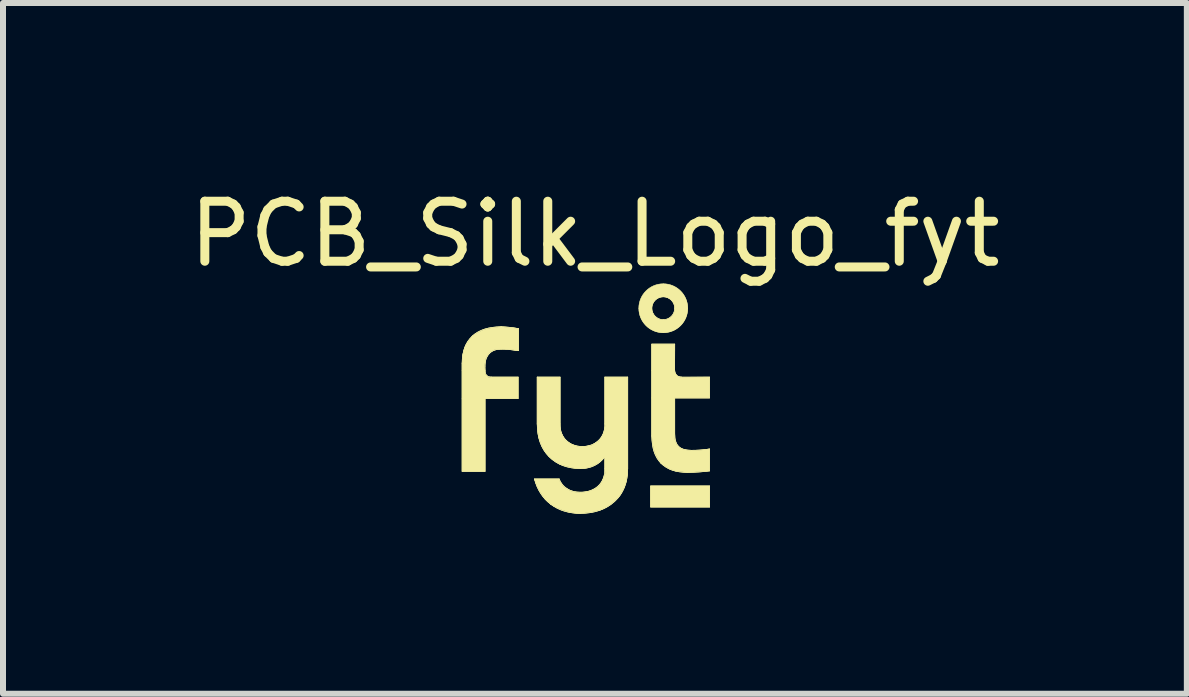
<source format=kicad_pcb>
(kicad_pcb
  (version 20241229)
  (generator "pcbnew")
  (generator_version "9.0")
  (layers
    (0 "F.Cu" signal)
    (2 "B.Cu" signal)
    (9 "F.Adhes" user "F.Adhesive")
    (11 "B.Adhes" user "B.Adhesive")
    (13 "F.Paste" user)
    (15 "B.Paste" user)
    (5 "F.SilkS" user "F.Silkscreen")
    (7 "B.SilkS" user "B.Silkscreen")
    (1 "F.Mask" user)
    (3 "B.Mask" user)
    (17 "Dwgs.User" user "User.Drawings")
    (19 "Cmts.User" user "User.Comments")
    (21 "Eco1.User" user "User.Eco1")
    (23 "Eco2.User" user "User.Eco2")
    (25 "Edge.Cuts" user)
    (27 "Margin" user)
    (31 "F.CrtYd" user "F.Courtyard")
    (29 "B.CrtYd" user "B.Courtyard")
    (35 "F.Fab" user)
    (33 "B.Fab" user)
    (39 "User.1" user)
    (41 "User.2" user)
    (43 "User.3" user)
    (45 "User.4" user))
  (footprint "PCB_Silk_Logo_fyt"
    (layer "F.Cu")
    (at 6.693 3.798)
    (property "Reference" "PCB_Silk_Logo_fyt" (at 0.17 -2.95 0) (unlocked yes) (layer "F.SilkS") (effects (font (size 1 1) (thickness 0.15))))
    (attr exclude_from_pos_files exclude_from_bom)
    (fp_line (start 1.1 1.25) (end 2.081 1.25) (stroke (width 0.01) (type solid)) (layer "F.SilkS"))
    (fp_line (start 1.1 1.25) (end 2.081 1.25) (stroke (width 0.01) (type solid)) (layer "F.SilkS"))
    (fp_line (start 1.1 1.6) (end 1.1 1.25) (stroke (width 0.01) (type solid)) (layer "F.SilkS"))
    (fp_line (start 1.1 1.6) (end 1.1 1.25) (stroke (width 0.01) (type solid)) (layer "F.SilkS"))
    (fp_line (start 2.081 1.25) (end 2.081 1.6) (stroke (width 0.01) (type solid)) (layer "F.SilkS"))
    (fp_line (start 2.081 1.25) (end 2.081 1.6) (stroke (width 0.01) (type solid)) (layer "F.SilkS"))
    (fp_line (start 2.081 1.6) (end 1.1 1.6) (stroke (width 0.01) (type solid)) (layer "F.SilkS"))
    (fp_line (start 2.081 1.6) (end 1.1 1.6) (stroke (width 0.01) (type solid)) (layer "F.SilkS"))
    (fp_arc (start 1.612314 -0.564855) (mid 1.533118 -0.597659) (end 1.500314 -0.676855) (stroke (width 0.01) (type solid)) (layer "F.SilkS"))
    (fp_circle (center 1.31 -1.71) (end 1.61 -1.71) (stroke (width 0.22) (type solid)) (fill no) (layer "F.SilkS"))
    (fp_poly (pts (xy 2.081 1.6) (xy 1.1 1.6) (xy 1.1 1.25) (xy 2.081 1.25)) (stroke (width 0.01) (type solid)) (fill yes) (layer "F.SilkS"))
    (fp_poly (pts (xy -1.25 -1.39) (xy -1.103 -1.373) (xy -1.103 -1.004) (xy -1.2 -1.02) (xy -1.28 -1.03) (xy -1.381 -1.031) (xy -1.45 -1.03) (xy -1.5 -1.02) (xy -1.56 -0.99) (xy -1.61 -0.94) (xy -1.65 -0.87) (xy -1.67 -0.75) (xy -1.661 -0.678) (xy -1.66 -0.62) (xy -1.64 -0.59) (xy -1.6 -0.562) (xy -1.549 -0.565) (xy -1.11 -0.565) (xy -1.11 -0.208) (xy -1.661 -0.208) (xy -1.661 1.005) (xy -2.043 1.005) (xy -2.043 -0.794) (xy -2.036 -0.87) (xy -2.03 -0.94) (xy -2.01 -1.02) (xy -1.99 -1.08) (xy -1.95 -1.151) (xy -1.873 -1.248) (xy -1.82 -1.286) (xy -1.76 -1.32) (xy -1.67 -1.36) (xy -1.53 -1.39) (xy -1.393 -1.403)) (stroke (width 0.01) (type solid)) (fill yes) (layer "F.SilkS"))
    (fp_poly (pts (xy 1.499 -0.678) (xy 1.503 -0.633) (xy 1.537 -0.586) (xy 1.56 -0.569) (xy 1.6 -0.56) (xy 2.079 -0.565) (xy 2.079 -0.217) (xy 1.5 -0.217) (xy 1.5 0.38) (xy 1.5 0.41) (xy 1.5 0.47) (xy 1.52 0.53) (xy 1.54 0.57) (xy 1.58 0.61) (xy 1.64 0.64) (xy 1.69 0.65) (xy 1.76 0.66) (xy 1.85 0.66) (xy 1.97 0.65) (xy 2.079 0.633) (xy 2.079 0.999) (xy 1.9 1.012) (xy 1.707 1.024) (xy 1.6 1.01) (xy 1.51 1) (xy 1.42 0.97) (xy 1.37 0.94) (xy 1.32 0.91) (xy 1.271 0.871) (xy 1.24 0.83) (xy 1.209 0.78) (xy 1.177 0.72) (xy 1.15 0.64) (xy 1.13 0.54) (xy 1.118 0.417) (xy 1.118 -1.114) (xy 1.5 -1.114)) (stroke (width 0.01) (type solid)) (fill yes) (layer "F.SilkS"))
    (fp_poly (pts (xy -0.411 0.216) (xy -0.41 0.28) (xy -0.4 0.34) (xy -0.37 0.41) (xy -0.34 0.46) (xy -0.29 0.51) (xy -0.23 0.55) (xy -0.18 0.57) (xy -0.12 0.59) (xy -0.06 0.594) (xy 0.02 0.59) (xy 0.12 0.57) (xy 0.23 0.5) (xy 0.27 0.45) (xy 0.3 0.4) (xy 0.32 0.35) (xy 0.33 0.31) (xy 0.34 0.25) (xy 0.336 0.216) (xy 0.336 -0.565) (xy 0.717 -0.565) (xy 0.717 0.96) (xy 0.71 1.06) (xy 0.7 1.12) (xy 0.69 1.18) (xy 0.66 1.27) (xy 0.61 1.37) (xy 0.57 1.43) (xy 0.5 1.5) (xy 0.43 1.56) (xy 0.35 1.61) (xy 0.26 1.65) (xy 0.18 1.67) (xy 0.1 1.69) (xy -0.002 1.7) (xy -0.09 1.707) (xy -0.17 1.7) (xy -0.24 1.69) (xy -0.31 1.67) (xy -0.38 1.65) (xy -0.449 1.62) (xy -0.51 1.59) (xy -0.566 1.554) (xy -0.65 1.48) (xy -0.697 1.42) (xy -0.73 1.37) (xy -0.76 1.32) (xy -0.79 1.26) (xy -0.81 1.21) (xy -0.838 1.133) (xy -0.426 1.133) (xy -0.41 1.181) (xy -0.38 1.22) (xy -0.36 1.25) (xy -0.31 1.29) (xy -0.24 1.33) (xy -0.17 1.35) (xy -0.08 1.36) (xy 0.01 1.35) (xy 0.06 1.34) (xy 0.1 1.33) (xy 0.14 1.31) (xy 0.18 1.29) (xy 0.21 1.269) (xy 0.25 1.23) (xy 0.28 1.19) (xy 0.3 1.15) (xy 0.32 1.1) (xy 0.34 1.04) (xy 0.336 0.96) (xy 0.336 0.761) (xy 0.29 0.814) (xy 0.24 0.86) (xy 0.17 0.9) (xy 0.1 0.93) (xy 0.03 0.95) (xy -0.069 0.96) (xy -0.18 0.95) (xy -0.23 0.941) (xy -0.32 0.92) (xy -0.41 0.89) (xy -0.48 0.85) (xy -0.538 0.81) (xy -0.594 0.761) (xy -0.625 0.724) (xy -0.66 0.68) (xy -0.69 0.63) (xy -0.72 0.57) (xy -0.75 0.49) (xy -0.77 0.42) (xy -0.78 0.34) (xy -0.792 0.216) (xy -0.792 -0.565) (xy -0.411 -0.565)) (stroke (width 0.01) (type solid)) (fill yes) (layer "F.SilkS"))
    (fp_curve (pts (xy -2.043 -0.794) (xy -2.043 -0.993) (xy -1.986 -1.144) (xy -1.873 -1.248)) (stroke (width 0.01) (type solid)) (layer "F.SilkS"))
    (fp_curve (pts (xy -2.043 -0.794) (xy -2.043 -0.993) (xy -1.986 -1.144) (xy -1.873 -1.248)) (stroke (width 0.01) (type solid)) (layer "F.SilkS"))
    (fp_curve (pts (xy -2.043 -0.678) (xy -2.043 -0.678) (xy -2.043 -0.794) (xy -2.043 -0.794)) (stroke (width 0.01) (type solid)) (layer "F.SilkS"))
    (fp_curve (pts (xy -2.043 -0.678) (xy -2.043 -0.678) (xy -2.043 -0.794) (xy -2.043 -0.794)) (stroke (width 0.01) (type solid)) (layer "F.SilkS"))
    (fp_curve (pts (xy -2.043 -0.208) (xy -2.043 -0.209) (xy -2.043 -0.678) (xy -2.043 -0.678)) (stroke (width 0.01) (type solid)) (layer "F.SilkS"))
    (fp_curve (pts (xy -2.043 -0.208) (xy -2.043 -0.209) (xy -2.043 -0.678) (xy -2.043 -0.678)) (stroke (width 0.01) (type solid)) (layer "F.SilkS"))
    (fp_curve (pts (xy -2.043 1.005) (xy -2.043 1.005) (xy -2.043 -0.208) (xy -2.043 -0.208)) (stroke (width 0.01) (type solid)) (layer "F.SilkS"))
    (fp_curve (pts (xy -2.043 1.005) (xy -2.043 1.005) (xy -2.043 -0.208) (xy -2.043 -0.208)) (stroke (width 0.01) (type solid)) (layer "F.SilkS"))
    (fp_curve (pts (xy -1.873 -1.248) (xy -1.761 -1.352) (xy -1.6 -1.403) (xy -1.393 -1.403)) (stroke (width 0.01) (type solid)) (layer "F.SilkS"))
    (fp_curve (pts (xy -1.873 -1.248) (xy -1.761 -1.352) (xy -1.6 -1.403) (xy -1.393 -1.403)) (stroke (width 0.01) (type solid)) (layer "F.SilkS"))
    (fp_curve (pts (xy -1.661 -0.748) (xy -1.661 -0.748) (xy -1.661 -0.678) (xy -1.661 -0.678)) (stroke (width 0.01) (type solid)) (layer "F.SilkS"))
    (fp_curve (pts (xy -1.661 -0.748) (xy -1.661 -0.748) (xy -1.661 -0.678) (xy -1.661 -0.678)) (stroke (width 0.01) (type solid)) (layer "F.SilkS"))
    (fp_curve (pts (xy -1.661 -0.208) (xy -1.661 -0.208) (xy -1.661 1.005) (xy -1.661 1.005)) (stroke (width 0.01) (type solid)) (layer "F.SilkS"))
    (fp_curve (pts (xy -1.661 -0.208) (xy -1.661 -0.208) (xy -1.661 1.005) (xy -1.661 1.005)) (stroke (width 0.01) (type solid)) (layer "F.SilkS"))
    (fp_curve (pts (xy -1.661 1.005) (xy -1.661 1.005) (xy -2.043 1.005) (xy -2.043 1.005)) (stroke (width 0.01) (type solid)) (layer "F.SilkS"))
    (fp_curve (pts (xy -1.661 1.005) (xy -1.661 1.005) (xy -2.043 1.005) (xy -2.043 1.005)) (stroke (width 0.01) (type solid)) (layer "F.SilkS"))
    (fp_curve (pts (xy -1.661 -0.678) (xy -1.661 -0.602) (xy -1.624 -0.565) (xy -1.549 -0.565)) (stroke (width 0.01) (type solid)) (layer "F.SilkS"))
    (fp_curve (pts (xy -1.661 -0.678) (xy -1.661 -0.602) (xy -1.624 -0.565) (xy -1.549 -0.565)) (stroke (width 0.01) (type solid)) (layer "F.SilkS"))
    (fp_curve (pts (xy -1.591 -0.955) (xy -1.638 -0.904) (xy -1.661 -0.835) (xy -1.661 -0.748)) (stroke (width 0.01) (type solid)) (layer "F.SilkS"))
    (fp_curve (pts (xy -1.591 -0.955) (xy -1.638 -0.904) (xy -1.661 -0.835) (xy -1.661 -0.748)) (stroke (width 0.01) (type solid)) (layer "F.SilkS"))
    (fp_curve (pts (xy -1.549 -0.565) (xy -1.549 -0.565) (xy -1.11 -0.565) (xy -1.11 -0.565)) (stroke (width 0.01) (type solid)) (layer "F.SilkS"))
    (fp_curve (pts (xy -1.549 -0.565) (xy -1.549 -0.565) (xy -1.11 -0.565) (xy -1.11 -0.565)) (stroke (width 0.01) (type solid)) (layer "F.SilkS"))
    (fp_curve (pts (xy -1.393 -1.403) (xy -1.314 -1.403) (xy -1.217 -1.393) (xy -1.103 -1.373)) (stroke (width 0.01) (type solid)) (layer "F.SilkS"))
    (fp_curve (pts (xy -1.393 -1.403) (xy -1.314 -1.403) (xy -1.217 -1.393) (xy -1.103 -1.373)) (stroke (width 0.01) (type solid)) (layer "F.SilkS"))
    (fp_curve (pts (xy -1.381 -1.031) (xy -1.474 -1.031) (xy -1.545 -1.006) (xy -1.591 -0.955)) (stroke (width 0.01) (type solid)) (layer "F.SilkS"))
    (fp_curve (pts (xy -1.381 -1.031) (xy -1.474 -1.031) (xy -1.545 -1.006) (xy -1.591 -0.955)) (stroke (width 0.01) (type solid)) (layer "F.SilkS"))
    (fp_curve (pts (xy -1.11 -0.565) (xy -1.11 -0.565) (xy -1.11 -0.208) (xy -1.11 -0.208)) (stroke (width 0.01) (type solid)) (layer "F.SilkS"))
    (fp_curve (pts (xy -1.11 -0.565) (xy -1.11 -0.565) (xy -1.11 -0.208) (xy -1.11 -0.208)) (stroke (width 0.01) (type solid)) (layer "F.SilkS"))
    (fp_curve (pts (xy -1.11 -0.208) (xy -1.11 -0.208) (xy -1.661 -0.208) (xy -1.661 -0.208)) (stroke (width 0.01) (type solid)) (layer "F.SilkS"))
    (fp_curve (pts (xy -1.11 -0.208) (xy -1.11 -0.208) (xy -1.661 -0.208) (xy -1.661 -0.208)) (stroke (width 0.01) (type solid)) (layer "F.SilkS"))
    (fp_curve (pts (xy -1.103 -1.373) (xy -1.103 -1.373) (xy -1.103 -1.004) (xy -1.103 -1.004)) (stroke (width 0.01) (type solid)) (layer "F.SilkS"))
    (fp_curve (pts (xy -1.103 -1.373) (xy -1.103 -1.373) (xy -1.103 -1.004) (xy -1.103 -1.004)) (stroke (width 0.01) (type solid)) (layer "F.SilkS"))
    (fp_curve (pts (xy -1.103 -1.004) (xy -1.225 -1.022) (xy -1.318 -1.031) (xy -1.381 -1.031)) (stroke (width 0.01) (type solid)) (layer "F.SilkS"))
    (fp_curve (pts (xy -1.103 -1.004) (xy -1.225 -1.022) (xy -1.318 -1.031) (xy -1.381 -1.031)) (stroke (width 0.01) (type solid)) (layer "F.SilkS"))
    (fp_curve (pts (xy -0.838 1.133) (xy -0.838 1.133) (xy -0.426 1.133) (xy -0.426 1.133)) (stroke (width 0.01) (type solid)) (layer "F.SilkS"))
    (fp_curve (pts (xy -0.838 1.133) (xy -0.838 1.133) (xy -0.426 1.133) (xy -0.426 1.133)) (stroke (width 0.01) (type solid)) (layer "F.SilkS"))
    (fp_curve (pts (xy -0.792 -0.565) (xy -0.792 -0.565) (xy -0.411 -0.565) (xy -0.411 -0.565)) (stroke (width 0.01) (type solid)) (layer "F.SilkS"))
    (fp_curve (pts (xy -0.792 -0.565) (xy -0.792 -0.565) (xy -0.411 -0.565) (xy -0.411 -0.565)) (stroke (width 0.01) (type solid)) (layer "F.SilkS"))
    (fp_curve (pts (xy -0.792 0.216) (xy -0.792 0.216) (xy -0.792 -0.565) (xy -0.792 -0.565)) (stroke (width 0.01) (type solid)) (layer "F.SilkS"))
    (fp_curve (pts (xy -0.792 0.216) (xy -0.792 0.216) (xy -0.792 -0.565) (xy -0.792 -0.565)) (stroke (width 0.01) (type solid)) (layer "F.SilkS"))
    (fp_curve (pts (xy -0.594 0.761) (xy -0.726 0.629) (xy -0.792 0.447) (xy -0.792 0.216)) (stroke (width 0.01) (type solid)) (layer "F.SilkS"))
    (fp_curve (pts (xy -0.594 0.761) (xy -0.726 0.629) (xy -0.792 0.447) (xy -0.792 0.216)) (stroke (width 0.01) (type solid)) (layer "F.SilkS"))
    (fp_curve (pts (xy -0.566 1.554) (xy -0.701 1.453) (xy -0.791 1.312) (xy -0.838 1.133)) (stroke (width 0.01) (type solid)) (layer "F.SilkS"))
    (fp_curve (pts (xy -0.566 1.554) (xy -0.701 1.453) (xy -0.791 1.312) (xy -0.838 1.133)) (stroke (width 0.01) (type solid)) (layer "F.SilkS"))
    (fp_curve (pts (xy -0.426 1.133) (xy -0.4 1.201) (xy -0.356 1.254) (xy -0.295 1.294)) (stroke (width 0.01) (type solid)) (layer "F.SilkS"))
    (fp_curve (pts (xy -0.426 1.133) (xy -0.4 1.201) (xy -0.356 1.254) (xy -0.295 1.294)) (stroke (width 0.01) (type solid)) (layer "F.SilkS"))
    (fp_curve (pts (xy -0.411 -0.565) (xy -0.411 -0.565) (xy -0.411 0.216) (xy -0.411 0.216)) (stroke (width 0.01) (type solid)) (layer "F.SilkS"))
    (fp_curve (pts (xy -0.411 -0.565) (xy -0.411 -0.565) (xy -0.411 0.216) (xy -0.411 0.216)) (stroke (width 0.01) (type solid)) (layer "F.SilkS"))
    (fp_curve (pts (xy -0.411 0.216) (xy -0.411 0.334) (xy -0.376 0.426) (xy -0.306 0.492)) (stroke (width 0.01) (type solid)) (layer "F.SilkS"))
    (fp_curve (pts (xy -0.411 0.216) (xy -0.411 0.334) (xy -0.376 0.426) (xy -0.306 0.492)) (stroke (width 0.01) (type solid)) (layer "F.SilkS"))
    (fp_curve (pts (xy -0.306 0.492) (xy -0.236 0.558) (xy -0.147 0.591) (xy -0.039 0.591)) (stroke (width 0.01) (type solid)) (layer "F.SilkS"))
    (fp_curve (pts (xy -0.306 0.492) (xy -0.236 0.558) (xy -0.147 0.591) (xy -0.039 0.591)) (stroke (width 0.01) (type solid)) (layer "F.SilkS"))
    (fp_curve (pts (xy -0.295 1.294) (xy -0.234 1.333) (xy -0.16 1.353) (xy -0.072 1.353)) (stroke (width 0.01) (type solid)) (layer "F.SilkS"))
    (fp_curve (pts (xy -0.295 1.294) (xy -0.234 1.333) (xy -0.16 1.353) (xy -0.072 1.353)) (stroke (width 0.01) (type solid)) (layer "F.SilkS"))
    (fp_curve (pts (xy -0.072 1.353) (xy 0.051 1.353) (xy 0.151 1.318) (xy 0.225 1.249)) (stroke (width 0.01) (type solid)) (layer "F.SilkS"))
    (fp_curve (pts (xy -0.072 1.353) (xy 0.051 1.353) (xy 0.151 1.318) (xy 0.225 1.249)) (stroke (width 0.01) (type solid)) (layer "F.SilkS"))
    (fp_curve (pts (xy -0.072 1.707) (xy -0.268 1.707) (xy -0.432 1.656) (xy -0.566 1.554)) (stroke (width 0.01) (type solid)) (layer "F.SilkS"))
    (fp_curve (pts (xy -0.072 1.707) (xy -0.268 1.707) (xy -0.432 1.656) (xy -0.566 1.554)) (stroke (width 0.01) (type solid)) (layer "F.SilkS"))
    (fp_curve (pts (xy -0.069 0.96) (xy -0.287 0.96) (xy -0.462 0.894) (xy -0.594 0.761)) (stroke (width 0.01) (type solid)) (layer "F.SilkS"))
    (fp_curve (pts (xy -0.069 0.96) (xy -0.287 0.96) (xy -0.462 0.894) (xy -0.594 0.761)) (stroke (width 0.01) (type solid)) (layer "F.SilkS"))
    (fp_curve (pts (xy -0.039 0.591) (xy 0.069 0.591) (xy 0.158 0.558) (xy 0.229 0.492)) (stroke (width 0.01) (type solid)) (layer "F.SilkS"))
    (fp_curve (pts (xy -0.039 0.591) (xy 0.069 0.591) (xy 0.158 0.558) (xy 0.229 0.492)) (stroke (width 0.01) (type solid)) (layer "F.SilkS"))
    (fp_curve (pts (xy 0.225 1.249) (xy 0.299 1.18) (xy 0.336 1.084) (xy 0.336 0.96)) (stroke (width 0.01) (type solid)) (layer "F.SilkS"))
    (fp_curve (pts (xy 0.225 1.249) (xy 0.299 1.18) (xy 0.336 1.084) (xy 0.336 0.96)) (stroke (width 0.01) (type solid)) (layer "F.SilkS"))
    (fp_curve (pts (xy 0.229 0.492) (xy 0.301 0.426) (xy 0.336 0.334) (xy 0.336 0.216)) (stroke (width 0.01) (type solid)) (layer "F.SilkS"))
    (fp_curve (pts (xy 0.229 0.492) (xy 0.301 0.426) (xy 0.336 0.334) (xy 0.336 0.216)) (stroke (width 0.01) (type solid)) (layer "F.SilkS"))
    (fp_curve (pts (xy 0.336 -0.565) (xy 0.336 -0.565) (xy 0.717 -0.565) (xy 0.717 -0.565)) (stroke (width 0.01) (type solid)) (layer "F.SilkS"))
    (fp_curve (pts (xy 0.336 -0.565) (xy 0.336 -0.565) (xy 0.717 -0.565) (xy 0.717 -0.565)) (stroke (width 0.01) (type solid)) (layer "F.SilkS"))
    (fp_curve (pts (xy 0.336 0.216) (xy 0.336 0.216) (xy 0.336 -0.565) (xy 0.336 -0.565)) (stroke (width 0.01) (type solid)) (layer "F.SilkS"))
    (fp_curve (pts (xy 0.336 0.216) (xy 0.336 0.216) (xy 0.336 -0.565) (xy 0.336 -0.565)) (stroke (width 0.01) (type solid)) (layer "F.SilkS"))
    (fp_curve (pts (xy 0.336 0.761) (xy 0.239 0.894) (xy 0.103 0.96) (xy -0.069 0.96)) (stroke (width 0.01) (type solid)) (layer "F.SilkS"))
    (fp_curve (pts (xy 0.336 0.761) (xy 0.239 0.894) (xy 0.103 0.96) (xy -0.069 0.96)) (stroke (width 0.01) (type solid)) (layer "F.SilkS"))
    (fp_curve (pts (xy 0.336 0.96) (xy 0.336 0.96) (xy 0.336 0.761) (xy 0.336 0.761)) (stroke (width 0.01) (type solid)) (layer "F.SilkS"))
    (fp_curve (pts (xy 0.336 0.96) (xy 0.336 0.96) (xy 0.336 0.761) (xy 0.336 0.761)) (stroke (width 0.01) (type solid)) (layer "F.SilkS"))
    (fp_curve (pts (xy 0.499 1.507) (xy 0.354 1.64) (xy 0.163 1.707) (xy -0.072 1.707)) (stroke (width 0.01) (type solid)) (layer "F.SilkS"))
    (fp_curve (pts (xy 0.499 1.507) (xy 0.354 1.64) (xy 0.163 1.707) (xy -0.072 1.707)) (stroke (width 0.01) (type solid)) (layer "F.SilkS"))
    (fp_curve (pts (xy 0.717 -0.565) (xy 0.717 -0.565) (xy 0.717 0.96) (xy 0.717 0.96)) (stroke (width 0.01) (type solid)) (layer "F.SilkS"))
    (fp_curve (pts (xy 0.717 -0.565) (xy 0.717 -0.565) (xy 0.717 0.96) (xy 0.717 0.96)) (stroke (width 0.01) (type solid)) (layer "F.SilkS"))
    (fp_curve (pts (xy 0.717 0.96) (xy 0.717 1.191) (xy 0.645 1.374) (xy 0.499 1.507)) (stroke (width 0.01) (type solid)) (layer "F.SilkS"))
    (fp_curve (pts (xy 0.717 0.96) (xy 0.717 1.191) (xy 0.645 1.374) (xy 0.499 1.507)) (stroke (width 0.01) (type solid)) (layer "F.SilkS"))
    (fp_curve (pts (xy 0.902 -1.712) (xy 0.902 -1.936) (xy 1.084 -2.119) (xy 1.309 -2.119)) (stroke (width 0.01) (type solid)) (layer "F.SilkS"))
    (fp_curve (pts (xy 1.118 -1.712) (xy 1.118 -1.607) (xy 1.204 -1.521) (xy 1.309 -1.521)) (stroke (width 0.01) (type solid)) (layer "F.SilkS"))
    (fp_curve (pts (xy 1.118 -1.712) (xy 1.118 -1.607) (xy 1.204 -1.521) (xy 1.309 -1.521)) (stroke (width 0.01) (type solid)) (layer "F.SilkS"))
    (fp_curve (pts (xy 1.118 -1.114) (xy 1.118 -1.114) (xy 1.5 -1.114) (xy 1.5 -1.114)) (stroke (width 0.01) (type solid)) (layer "F.SilkS"))
    (fp_curve (pts (xy 1.118 -1.114) (xy 1.118 -1.114) (xy 1.5 -1.114) (xy 1.5 -1.114)) (stroke (width 0.01) (type solid)) (layer "F.SilkS"))
    (fp_curve (pts (xy 1.118 -0.678) (xy 1.118 -0.678) (xy 1.118 -1.114) (xy 1.118 -1.114)) (stroke (width 0.01) (type solid)) (layer "F.SilkS"))
    (fp_curve (pts (xy 1.118 -0.678) (xy 1.118 -0.678) (xy 1.118 -1.114) (xy 1.118 -1.114)) (stroke (width 0.01) (type solid)) (layer "F.SilkS"))
    (fp_curve (pts (xy 1.118 -0.217) (xy 1.118 -0.217) (xy 1.118 -0.678) (xy 1.118 -0.678)) (stroke (width 0.01) (type solid)) (layer "F.SilkS"))
    (fp_curve (pts (xy 1.118 -0.217) (xy 1.118 -0.217) (xy 1.118 -0.678) (xy 1.118 -0.678)) (stroke (width 0.01) (type solid)) (layer "F.SilkS"))
    (fp_curve (pts (xy 1.118 0.417) (xy 1.118 0.417) (xy 1.118 -0.217) (xy 1.118 -0.217)) (stroke (width 0.01) (type solid)) (layer "F.SilkS"))
    (fp_curve (pts (xy 1.118 0.417) (xy 1.118 0.417) (xy 1.118 -0.217) (xy 1.118 -0.217)) (stroke (width 0.01) (type solid)) (layer "F.SilkS"))
    (fp_curve (pts (xy 1.271 0.871) (xy 1.169 0.77) (xy 1.118 0.618) (xy 1.118 0.417)) (stroke (width 0.01) (type solid)) (layer "F.SilkS"))
    (fp_curve (pts (xy 1.271 0.871) (xy 1.169 0.77) (xy 1.118 0.618) (xy 1.118 0.417)) (stroke (width 0.01) (type solid)) (layer "F.SilkS"))
    (fp_curve (pts (xy 1.309 -2.119) (xy 1.533 -2.119) (xy 1.715 -1.936) (xy 1.715 -1.712)) (stroke (width 0.01) (type solid)) (layer "F.SilkS"))
    (fp_curve (pts (xy 1.309 -1.903) (xy 1.204 -1.903) (xy 1.118 -1.817) (xy 1.118 -1.712)) (stroke (width 0.01) (type solid)) (layer "F.SilkS"))
    (fp_curve (pts (xy 1.309 -1.903) (xy 1.204 -1.903) (xy 1.118 -1.817) (xy 1.118 -1.712)) (stroke (width 0.01) (type solid)) (layer "F.SilkS"))
    (fp_curve (pts (xy 1.309 -1.521) (xy 1.414 -1.521) (xy 1.5 -1.607) (xy 1.5 -1.712)) (stroke (width 0.01) (type solid)) (layer "F.SilkS"))
    (fp_curve (pts (xy 1.309 -1.521) (xy 1.414 -1.521) (xy 1.5 -1.607) (xy 1.5 -1.712)) (stroke (width 0.01) (type solid)) (layer "F.SilkS"))
    (fp_curve (pts (xy 1.309 -1.305) (xy 1.084 -1.305) (xy 0.902 -1.488) (xy 0.902 -1.712)) (stroke (width 0.01) (type solid)) (layer "F.SilkS"))
    (fp_curve (pts (xy 1.499 -0.678) (xy 1.499 -0.602) (xy 1.537 -0.565) (xy 1.612 -0.565)) (stroke (width 0.01) (type solid)) (layer "F.SilkS"))
    (fp_curve (pts (xy 1.499 -0.678) (xy 1.499 -0.602) (xy 1.537 -0.565) (xy 1.612 -0.565)) (stroke (width 0.01) (type solid)) (layer "F.SilkS"))
    (fp_curve (pts (xy 1.5 -1.114) (xy 1.5 -1.114) (xy 1.499 -0.678) (xy 1.499 -0.678)) (stroke (width 0.01) (type solid)) (layer "F.SilkS"))
    (fp_curve (pts (xy 1.5 -1.114) (xy 1.5 -1.114) (xy 1.499 -0.678) (xy 1.499 -0.678)) (stroke (width 0.01) (type solid)) (layer "F.SilkS"))
    (fp_curve (pts (xy 1.5 -0.217) (xy 1.5 -0.217) (xy 1.5 0.38) (xy 1.5 0.38)) (stroke (width 0.01) (type solid)) (layer "F.SilkS"))
    (fp_curve (pts (xy 1.5 -0.217) (xy 1.5 -0.217) (xy 1.5 0.38) (xy 1.5 0.38)) (stroke (width 0.01) (type solid)) (layer "F.SilkS"))
    (fp_curve (pts (xy 1.5 0.38) (xy 1.5 0.476) (xy 1.521 0.546) (xy 1.564 0.589)) (stroke (width 0.01) (type solid)) (layer "F.SilkS"))
    (fp_curve (pts (xy 1.5 0.38) (xy 1.5 0.476) (xy 1.521 0.546) (xy 1.564 0.589)) (stroke (width 0.01) (type solid)) (layer "F.SilkS"))
    (fp_curve (pts (xy 1.5 -1.712) (xy 1.5 -1.817) (xy 1.414 -1.903) (xy 1.309 -1.903)) (stroke (width 0.01) (type solid)) (layer "F.SilkS"))
    (fp_curve (pts (xy 1.5 -1.712) (xy 1.5 -1.817) (xy 1.414 -1.903) (xy 1.309 -1.903)) (stroke (width 0.01) (type solid)) (layer "F.SilkS"))
    (fp_curve (pts (xy 1.564 0.589) (xy 1.606 0.633) (xy 1.678 0.655) (xy 1.78 0.655)) (stroke (width 0.01) (type solid)) (layer "F.SilkS"))
    (fp_curve (pts (xy 1.564 0.589) (xy 1.606 0.633) (xy 1.678 0.655) (xy 1.78 0.655)) (stroke (width 0.01) (type solid)) (layer "F.SilkS"))
    (fp_curve (pts (xy 1.612 -0.565) (xy 1.612 -0.565) (xy 2.079 -0.565) (xy 2.079 -0.565)) (stroke (width 0.01) (type solid)) (layer "F.SilkS"))
    (fp_curve (pts (xy 1.612 -0.565) (xy 1.612 -0.565) (xy 2.079 -0.565) (xy 2.079 -0.565)) (stroke (width 0.01) (type solid)) (layer "F.SilkS"))
    (fp_curve (pts (xy 1.707 1.024) (xy 1.518 1.024) (xy 1.372 0.973) (xy 1.271 0.871)) (stroke (width 0.01) (type solid)) (layer "F.SilkS"))
    (fp_curve (pts (xy 1.707 1.024) (xy 1.518 1.024) (xy 1.372 0.973) (xy 1.271 0.871)) (stroke (width 0.01) (type solid)) (layer "F.SilkS"))
    (fp_curve (pts (xy 1.715 -1.712) (xy 1.715 -1.488) (xy 1.533 -1.305) (xy 1.309 -1.305)) (stroke (width 0.01) (type solid)) (layer "F.SilkS"))
    (fp_curve (pts (xy 1.78 0.655) (xy 1.878 0.655) (xy 1.977 0.648) (xy 2.079 0.633)) (stroke (width 0.01) (type solid)) (layer "F.SilkS"))
    (fp_curve (pts (xy 1.78 0.655) (xy 1.878 0.655) (xy 1.977 0.648) (xy 2.079 0.633)) (stroke (width 0.01) (type solid)) (layer "F.SilkS"))
    (fp_curve (pts (xy 2.079 -0.565) (xy 2.079 -0.565) (xy 2.079 -0.217) (xy 2.079 -0.217)) (stroke (width 0.01) (type solid)) (layer "F.SilkS"))
    (fp_curve (pts (xy 2.079 -0.565) (xy 2.079 -0.565) (xy 2.079 -0.217) (xy 2.079 -0.217)) (stroke (width 0.01) (type solid)) (layer "F.SilkS"))
    (fp_curve (pts (xy 2.079 -0.217) (xy 2.079 -0.217) (xy 1.5 -0.217) (xy 1.5 -0.217)) (stroke (width 0.01) (type solid)) (layer "F.SilkS"))
    (fp_curve (pts (xy 2.079 -0.217) (xy 2.079 -0.217) (xy 1.5 -0.217) (xy 1.5 -0.217)) (stroke (width 0.01) (type solid)) (layer "F.SilkS"))
    (fp_curve (pts (xy 2.079 0.633) (xy 2.079 0.633) (xy 2.079 0.999) (xy 2.079 0.999)) (stroke (width 0.01) (type solid)) (layer "F.SilkS"))
    (fp_curve (pts (xy 2.079 0.633) (xy 2.079 0.633) (xy 2.079 0.999) (xy 2.079 0.999)) (stroke (width 0.01) (type solid)) (layer "F.SilkS"))
    (fp_curve (pts (xy 2.079 0.999) (xy 1.965 1.016) (xy 1.841 1.024) (xy 1.707 1.024)) (stroke (width 0.01) (type solid)) (layer "F.SilkS"))
    (fp_curve (pts (xy 2.079 0.999) (xy 1.965 1.016) (xy 1.841 1.024) (xy 1.707 1.024)) (stroke (width 0.01) (type solid)) (layer "F.SilkS")))
  (gr_rect
    (start -3 -3)
    (end 16.726 8.51)
    (stroke (width 0.1) (type default))
    (fill no)
    (layer "Edge.Cuts")))
</source>
